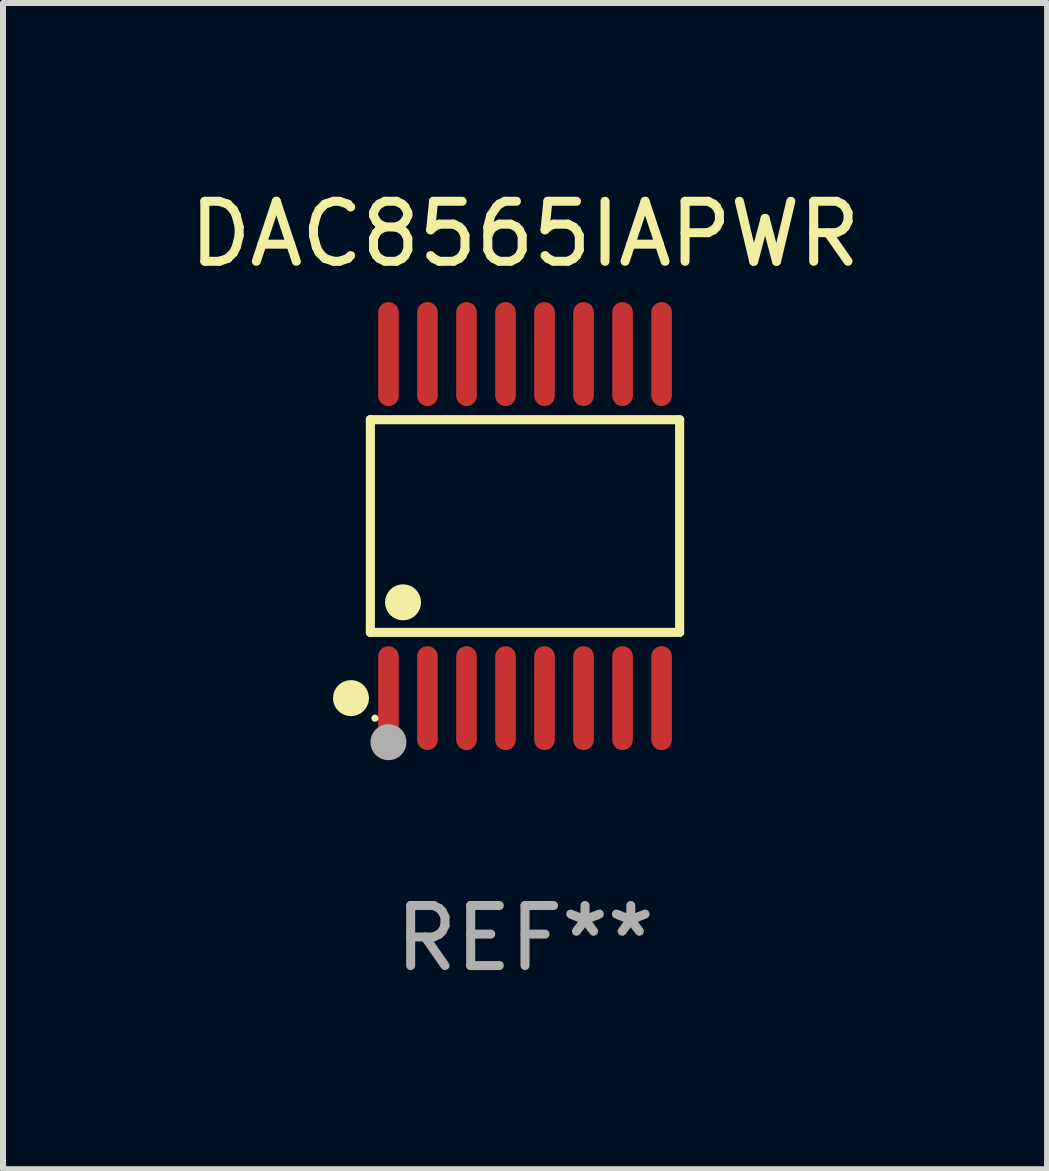
<source format=kicad_pcb>
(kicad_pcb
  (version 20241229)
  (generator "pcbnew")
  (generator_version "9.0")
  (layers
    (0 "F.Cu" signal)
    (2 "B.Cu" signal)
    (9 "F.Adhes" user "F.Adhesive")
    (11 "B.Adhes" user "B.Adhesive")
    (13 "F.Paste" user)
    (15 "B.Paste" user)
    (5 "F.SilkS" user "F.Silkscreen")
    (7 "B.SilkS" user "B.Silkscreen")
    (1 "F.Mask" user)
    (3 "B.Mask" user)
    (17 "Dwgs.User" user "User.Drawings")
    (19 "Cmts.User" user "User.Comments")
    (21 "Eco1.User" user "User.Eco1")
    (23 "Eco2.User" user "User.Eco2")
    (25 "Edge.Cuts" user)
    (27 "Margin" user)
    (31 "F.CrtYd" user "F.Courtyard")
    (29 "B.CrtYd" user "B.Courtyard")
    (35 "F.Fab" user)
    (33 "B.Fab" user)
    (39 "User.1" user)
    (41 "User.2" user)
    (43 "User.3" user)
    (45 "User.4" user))
  (footprint "DAC8565IAPWR"
    (layer "F.Cu")
    (at 5.696 5.714)
    (property "Reference" "DAC8565IAPWR" (at 0 -4.866 0) (layer "F.SilkS") (effects (font (size 1 1) (thickness 0.15))))
    (attr through_hole)
    (fp_line (start -2.576 -1.772) (end 2.576 -1.772) (stroke (width 0.152) (type solid)) (layer "F.SilkS"))
    (fp_line (start -2.576 1.771) (end -2.576 -1.772) (stroke (width 0.152) (type solid)) (layer "F.SilkS"))
    (fp_line (start 2.576 -1.772) (end 2.576 1.771) (stroke (width 0.152) (type solid)) (layer "F.SilkS"))
    (fp_line (start 2.576 1.771) (end -2.576 1.771) (stroke (width 0.152) (type solid)) (layer "F.SilkS"))
    (fp_circle (center -2.899 2.866) (end -2.749 2.866) (stroke (width 0.3) (type solid)) (fill no) (layer "F.SilkS"))
    (fp_circle (center -2.5 3.2) (end -2.47 3.2) (stroke (width 0.06) (type solid)) (fill no) (layer "F.SilkS"))
    (fp_circle (center -2.032 1.27) (end -1.882 1.27) (stroke (width 0.3) (type solid)) (fill no) (layer "F.SilkS"))
    (fp_circle (center -2.275 3.6) (end -2.125 3.6) (stroke (width 0.3) (type solid)) (fill no) (layer "F.Fab"))
    (fp_text user "REF**" (at 0 6.866 0) (layer "F.Fab") (effects (font (size 1 1) (thickness 0.15))))
    (pad "1" smd oval (at -2.275 2.866) (size 0.343 1.731) (layers "F.Cu" "F.Mask" "F.Paste"))
    (pad "2" smd oval (at -1.625 2.866) (size 0.343 1.731) (layers "F.Cu" "F.Mask" "F.Paste"))
    (pad "3" smd oval (at -0.975 2.866) (size 0.343 1.731) (layers "F.Cu" "F.Mask" "F.Paste"))
    (pad "4" smd oval (at -0.325 2.866) (size 0.343 1.731) (layers "F.Cu" "F.Mask" "F.Paste"))
    (pad "5" smd oval (at 0.325 2.866) (size 0.343 1.731) (layers "F.Cu" "F.Mask" "F.Paste"))
    (pad "6" smd oval (at 0.975 2.866) (size 0.343 1.731) (layers "F.Cu" "F.Mask" "F.Paste"))
    (pad "7" smd oval (at 1.625 2.866) (size 0.343 1.731) (layers "F.Cu" "F.Mask" "F.Paste"))
    (pad "8" smd oval (at 2.275 2.866) (size 0.343 1.731) (layers "F.Cu" "F.Mask" "F.Paste"))
    (pad "9" smd oval (at 2.275 -2.866) (size 0.343 1.731) (layers "F.Cu" "F.Mask" "F.Paste"))
    (pad "10" smd oval (at 1.625 -2.866) (size 0.343 1.731) (layers "F.Cu" "F.Mask" "F.Paste"))
    (pad "11" smd oval (at 0.975 -2.866) (size 0.343 1.731) (layers "F.Cu" "F.Mask" "F.Paste"))
    (pad "12" smd oval (at 0.325 -2.866) (size 0.343 1.731) (layers "F.Cu" "F.Mask" "F.Paste"))
    (pad "13" smd oval (at -0.325 -2.866) (size 0.343 1.731) (layers "F.Cu" "F.Mask" "F.Paste"))
    (pad "14" smd oval (at -0.975 -2.866) (size 0.343 1.731) (layers "F.Cu" "F.Mask" "F.Paste"))
    (pad "15" smd oval (at -1.625 -2.866) (size 0.343 1.731) (layers "F.Cu" "F.Mask" "F.Paste"))
    (pad "16" smd oval (at -2.275 -2.866) (size 0.343 1.731) (layers "F.Cu" "F.Mask" "F.Paste")))
  (gr_rect
    (start -3 -3)
    (end 14.393 16.428)
    (stroke (width 0.1) (type default))
    (fill no)
    (layer "Edge.Cuts")))
</source>
